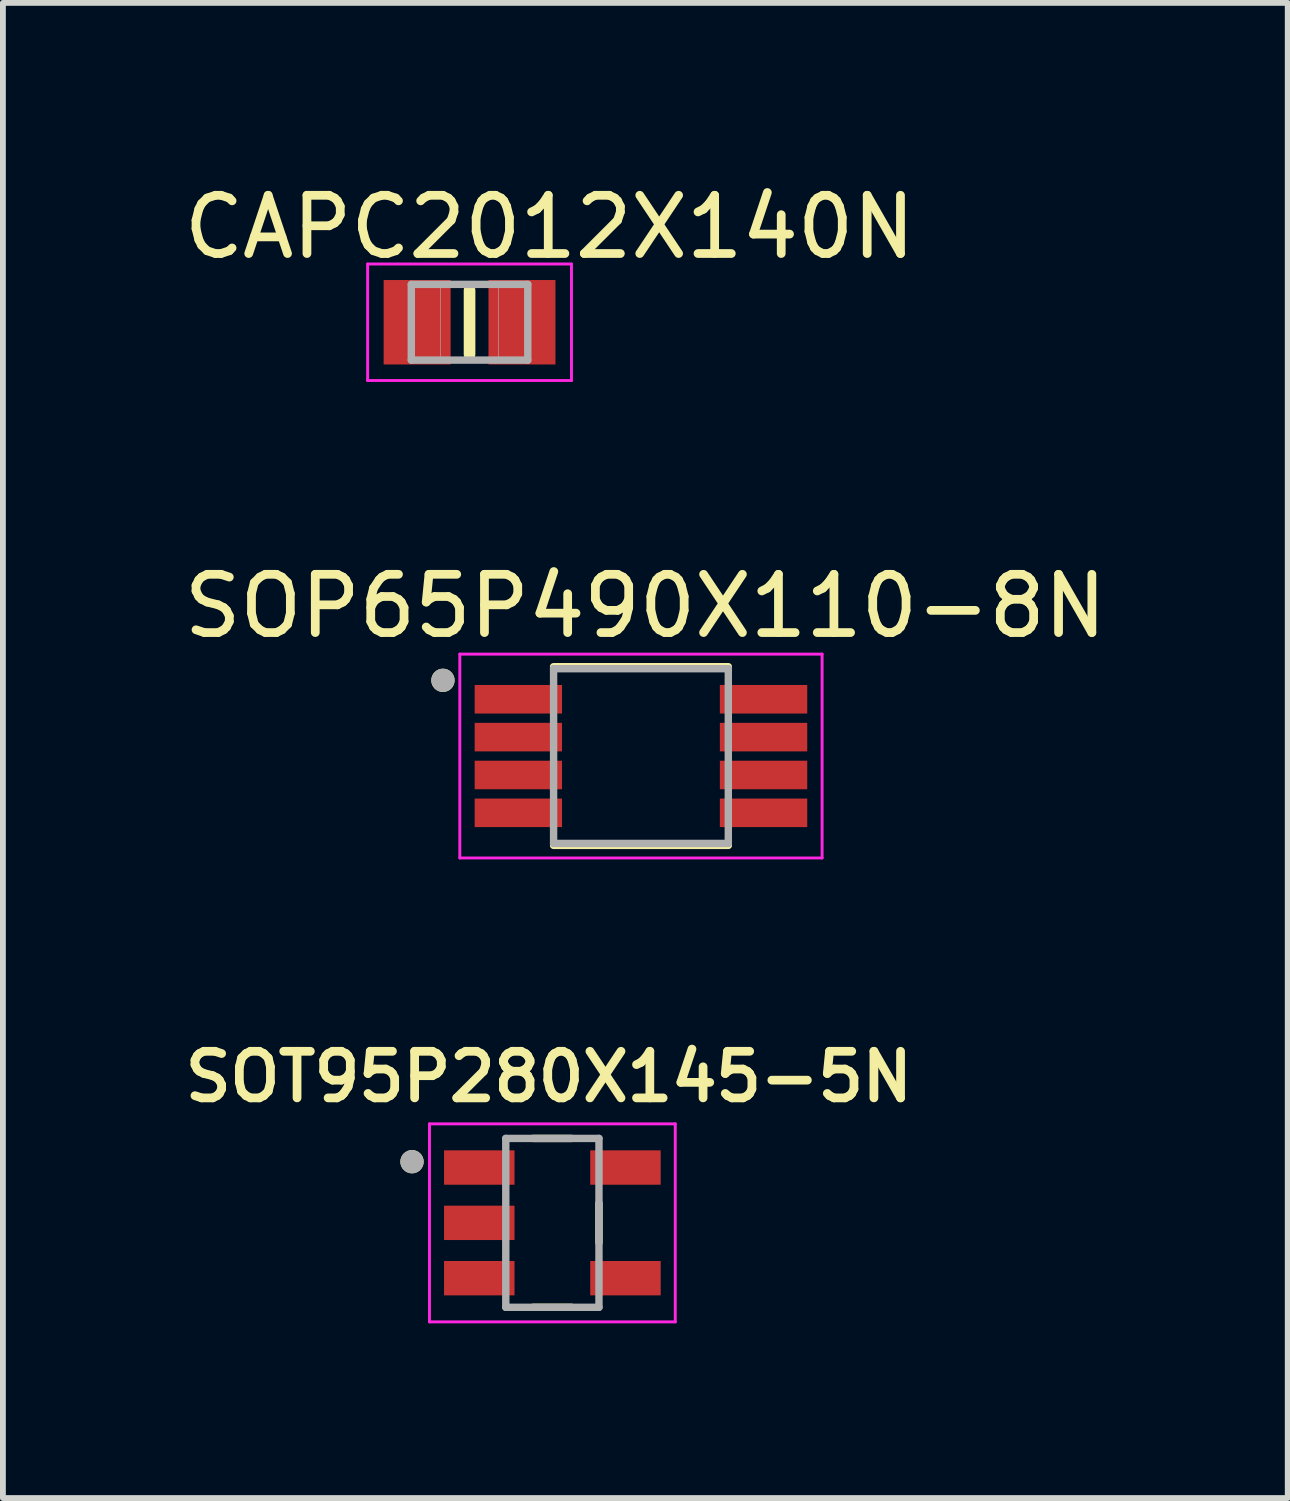
<source format=kicad_pcb>
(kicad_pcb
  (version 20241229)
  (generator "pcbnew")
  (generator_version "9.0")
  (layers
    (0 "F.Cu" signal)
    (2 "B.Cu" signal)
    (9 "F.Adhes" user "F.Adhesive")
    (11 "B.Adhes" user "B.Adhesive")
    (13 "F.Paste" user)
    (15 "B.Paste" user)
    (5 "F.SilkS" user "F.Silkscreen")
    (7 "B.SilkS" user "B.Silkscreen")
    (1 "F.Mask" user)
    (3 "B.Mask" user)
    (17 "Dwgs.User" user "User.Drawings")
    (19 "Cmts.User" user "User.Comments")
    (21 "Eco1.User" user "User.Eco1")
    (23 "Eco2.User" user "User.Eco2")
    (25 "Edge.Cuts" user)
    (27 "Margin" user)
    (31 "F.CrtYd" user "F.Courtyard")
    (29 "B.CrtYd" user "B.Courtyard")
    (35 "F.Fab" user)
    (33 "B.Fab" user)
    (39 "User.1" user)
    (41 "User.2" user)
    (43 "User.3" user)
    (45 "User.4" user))
  (footprint "CAPC2012X140N"
    (layer "F.Cu")
    (at 5.012 2.483)
    (property "Reference" "CAPC2012X140N" (at 1.375 -1.635 0) (layer "F.SilkS") (effects (font (size 1 1) (thickness 0.15))))
    (attr through_hole)
    (fp_line (start 0 -0.55) (end 0 0.55) (stroke (width 0.2) (type solid)) (layer "F.SilkS"))
    (fp_line (start -1.75 -1) (end 1.75 -1) (stroke (width 0.05) (type solid)) (layer "F.CrtYd"))
    (fp_line (start -1.75 1) (end -1.75 -1) (stroke (width 0.05) (type solid)) (layer "F.CrtYd"))
    (fp_line (start 1.75 -1) (end 1.75 1) (stroke (width 0.05) (type solid)) (layer "F.CrtYd"))
    (fp_line (start 1.75 1) (end -1.75 1) (stroke (width 0.05) (type solid)) (layer "F.CrtYd"))
    (fp_line (start -1 -0.65) (end 1 -0.65) (stroke (width 0.127) (type solid)) (layer "F.Fab"))
    (fp_line (start -1 0.65) (end -1 -0.65) (stroke (width 0.127) (type solid)) (layer "F.Fab"))
    (fp_line (start 1 -0.65) (end 1 0.65) (stroke (width 0.127) (type solid)) (layer "F.Fab"))
    (fp_line (start 1 0.65) (end -1 0.65) (stroke (width 0.127) (type solid)) (layer "F.Fab"))
    (fp_poly (pts (xy -1 -0.65) (xy -0.5 -0.65) (xy -0.5 0.65) (xy -1 0.65)) (stroke (width 0.01) (type solid)) (fill no) (layer "F.Fab"))
    (fp_poly (pts (xy 0.5 -0.65) (xy 1 -0.65) (xy 1 0.65) (xy 0.5 0.65)) (stroke (width 0.01) (type solid)) (fill no) (layer "F.Fab"))
    (pad "1" smd rect (at -0.9 0) (size 1.15 1.45) (layers "F.Cu" "F.Mask" "F.Paste"))
    (pad "2" smd rect (at 0.9 0) (size 1.15 1.45) (layers "F.Cu" "F.Mask" "F.Paste")))
  (footprint "SOP65P490X110-8N"
    (layer "F.Cu")
    (at 7.955 9.931)
    (property "Reference" "SOP65P490X110-8N" (at 0.075 -2.575 0) (layer "F.SilkS") (effects (font (size 1 1) (thickness 0.15))))
    (attr through_hole)
    (fp_line (start -1.5 -1.534) (end 1.5 -1.534) (stroke (width 0.127) (type solid)) (layer "F.SilkS"))
    (fp_line (start 1.5 1.534) (end -1.5 1.534) (stroke (width 0.127) (type solid)) (layer "F.SilkS"))
    (fp_circle (center -3.4 -1.3) (end -3.3 -1.3) (stroke (width 0.2) (type solid)) (fill no) (layer "F.SilkS"))
    (fp_line (start -3.11 -1.75) (end 3.11 -1.75) (stroke (width 0.05) (type solid)) (layer "F.CrtYd"))
    (fp_line (start -3.11 1.75) (end -3.11 -1.75) (stroke (width 0.05) (type solid)) (layer "F.CrtYd"))
    (fp_line (start 3.11 -1.75) (end 3.11 1.75) (stroke (width 0.05) (type solid)) (layer "F.CrtYd"))
    (fp_line (start 3.11 1.75) (end -3.11 1.75) (stroke (width 0.05) (type solid)) (layer "F.CrtYd"))
    (fp_line (start -1.5 -1.5) (end 1.5 -1.5) (stroke (width 0.127) (type solid)) (layer "F.Fab"))
    (fp_line (start -1.5 1.5) (end -1.5 -1.5) (stroke (width 0.127) (type solid)) (layer "F.Fab"))
    (fp_line (start 1.5 -1.5) (end 1.5 1.5) (stroke (width 0.127) (type solid)) (layer "F.Fab"))
    (fp_line (start 1.5 1.5) (end -1.5 1.5) (stroke (width 0.127) (type solid)) (layer "F.Fab"))
    (fp_circle (center -3.4 -1.3) (end -3.3 -1.3) (stroke (width 0.2) (type solid)) (fill no) (layer "F.Fab"))
    (pad "1" smd rect (at -2.105 -0.975) (size 1.5 0.49) (layers "F.Cu" "F.Mask" "F.Paste"))
    (pad "2" smd rect (at -2.105 -0.325) (size 1.5 0.49) (layers "F.Cu" "F.Mask" "F.Paste"))
    (pad "3" smd rect (at -2.105 0.325) (size 1.5 0.49) (layers "F.Cu" "F.Mask" "F.Paste"))
    (pad "4" smd rect (at -2.105 0.975) (size 1.5 0.49) (layers "F.Cu" "F.Mask" "F.Paste"))
    (pad "5" smd rect (at 2.105 0.975) (size 1.5 0.49) (layers "F.Cu" "F.Mask" "F.Paste"))
    (pad "6" smd rect (at 2.105 0.325) (size 1.5 0.49) (layers "F.Cu" "F.Mask" "F.Paste"))
    (pad "7" smd rect (at 2.105 -0.325) (size 1.5 0.49) (layers "F.Cu" "F.Mask" "F.Paste"))
    (pad "8" smd rect (at 2.105 -0.975) (size 1.5 0.49) (layers "F.Cu" "F.Mask" "F.Paste")))
  (footprint "SOT95P280X145-5N"
    (layer "F.Cu")
    (at 6.434 17.946)
    (property "Reference" "SOT95P280X145-5N" (at -0.06 -2.508 0) (layer "F.SilkS") (effects (font (size 0.8 0.8) (thickness 0.15))))
    (attr through_hole)
    (fp_line (start -0.33 -1.45) (end 0.33 -1.45) (stroke (width 0.127) (type solid)) (layer "F.SilkS"))
    (fp_line (start 0.33 1.45) (end -0.33 1.45) (stroke (width 0.127) (type solid)) (layer "F.SilkS"))
    (fp_line (start 0.8 -0.335) (end 0.8 0.335) (stroke (width 0.127) (type solid)) (layer "F.SilkS"))
    (fp_circle (center -2.41 -1.05) (end -2.31 -1.05) (stroke (width 0.2) (type solid)) (fill no) (layer "F.SilkS"))
    (fp_line (start -2.11 -1.7) (end 2.11 -1.7) (stroke (width 0.05) (type solid)) (layer "F.CrtYd"))
    (fp_line (start -2.11 1.7) (end -2.11 -1.7) (stroke (width 0.05) (type solid)) (layer "F.CrtYd"))
    (fp_line (start 2.11 -1.7) (end 2.11 1.7) (stroke (width 0.05) (type solid)) (layer "F.CrtYd"))
    (fp_line (start 2.11 1.7) (end -2.11 1.7) (stroke (width 0.05) (type solid)) (layer "F.CrtYd"))
    (fp_line (start -0.8 -1.45) (end 0.8 -1.45) (stroke (width 0.127) (type solid)) (layer "F.Fab"))
    (fp_line (start -0.8 1.45) (end -0.8 -1.45) (stroke (width 0.127) (type solid)) (layer "F.Fab"))
    (fp_line (start 0.8 -1.45) (end 0.8 1.45) (stroke (width 0.127) (type solid)) (layer "F.Fab"))
    (fp_line (start 0.8 1.45) (end -0.8 1.45) (stroke (width 0.127) (type solid)) (layer "F.Fab"))
    (fp_circle (center -2.41 -1.05) (end -2.31 -1.05) (stroke (width 0.2) (type solid)) (fill no) (layer "F.Fab"))
    (pad "1" smd rect (at -1.255 -0.95) (size 1.21 0.59) (layers "F.Cu" "F.Mask" "F.Paste"))
    (pad "2" smd rect (at -1.255 0) (size 1.21 0.59) (layers "F.Cu" "F.Mask" "F.Paste"))
    (pad "3" smd rect (at -1.255 0.95) (size 1.21 0.59) (layers "F.Cu" "F.Mask" "F.Paste"))
    (pad "4" smd rect (at 1.255 0.95) (size 1.21 0.59) (layers "F.Cu" "F.Mask" "F.Paste"))
    (pad "5" smd rect (at 1.255 -0.95) (size 1.21 0.59) (layers "F.Cu" "F.Mask" "F.Paste")))
  (gr_rect
    (start -3 -3)
    (end 19.06 22.671)
    (stroke (width 0.1) (type default))
    (fill no)
    (layer "Edge.Cuts")))
</source>
